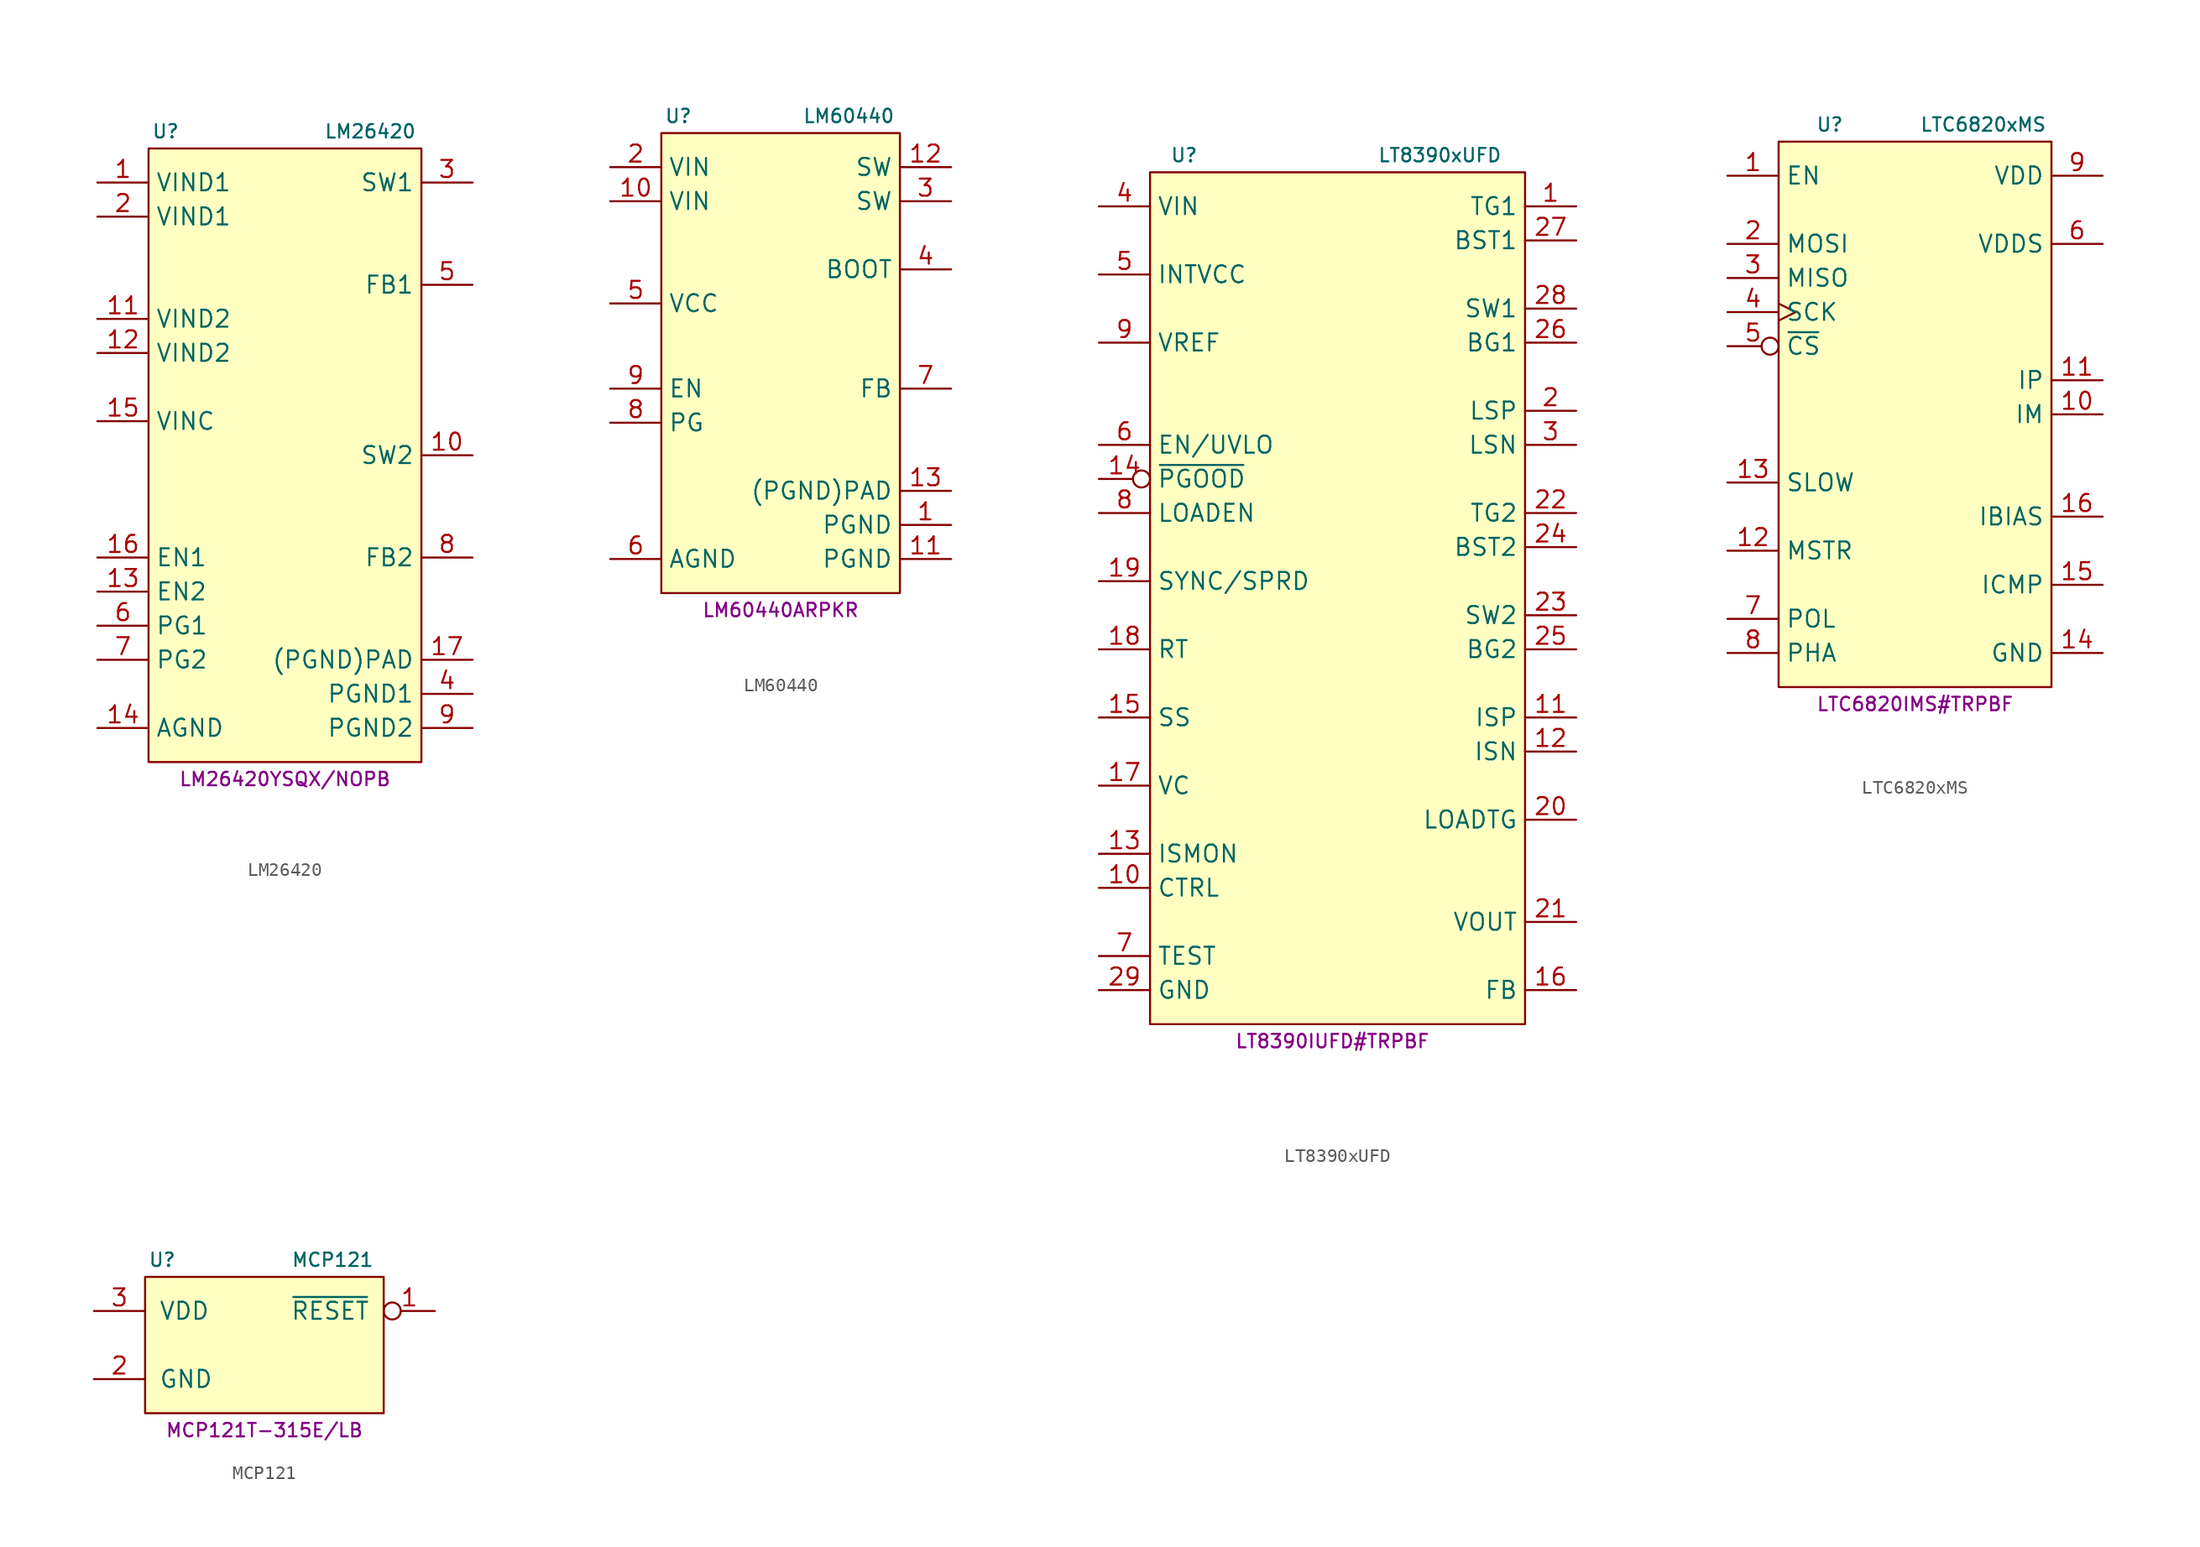
<source format=kicad_sym>
(kicad_symbol_lib
  (version 20231120)
  (generator "kicad_symbol_editor")
  (generator_version "8.0")
  (symbol "LM26420"
    (property "Reference" "U"
      (at -8.89 21.59 0)
      (effects (font (size 1 1))))
    (property "Value" "LM26420"
      (at 6.35 21.59 0)
      (effects (font (size 1 1))))
    (property "MPN" "LM26420YSQX/NOPB"
      (at 0 -26.67 0)
      (effects (font (size 1 1))))
    (symbol "LM26420_0_1"
      (rectangle (start -10.16 20.32) (end 10.16 -25.4) (stroke (width 0.152) (type default)) (fill (type background))))
    (symbol "LM26420_1_1"
      (pin power_in line (at -13.97 17.78 0) (length 3.81) (name "VIND1" (effects (font (size 1.27 1.27)))) (number "1" (effects (font (size 1.27 1.27)))))
      (pin power_out line (at 13.97 -2.54 180) (length 3.81) (name "SW2" (effects (font (size 1.27 1.27)))) (number "10" (effects (font (size 1.27 1.27)))))
      (pin power_in line (at -13.97 7.62 0) (length 3.81) (name "VIND2" (effects (font (size 1.27 1.27)))) (number "11" (effects (font (size 1.27 1.27)))))
      (pin power_in line (at -13.97 5.08 0) (length 3.81) (name "VIND2" (effects (font (size 1.27 1.27)))) (number "12" (effects (font (size 1.27 1.27)))))
      (pin input line (at -13.97 -12.7 0) (length 3.81) (name "EN2" (effects (font (size 1.27 1.27)))) (number "13" (effects (font (size 1.27 1.27)))))
      (pin power_in line (at -13.97 -22.86 0) (length 3.81) (name "AGND" (effects (font (size 1.27 1.27)))) (number "14" (effects (font (size 1.27 1.27)))))
      (pin power_in line (at -13.97 0 0) (length 3.81) (name "VINC" (effects (font (size 1.27 1.27)))) (number "15" (effects (font (size 1.27 1.27)))))
      (pin input line (at -13.97 -10.16 0) (length 3.81) (name "EN1" (effects (font (size 1.27 1.27)))) (number "16" (effects (font (size 1.27 1.27)))))
      (pin power_in line (at 13.97 -17.78 180) (length 3.81) (name "(PGND)PAD" (effects (font (size 1.27 1.27)))) (number "17" (effects (font (size 1.27 1.27)))))
      (pin power_in line (at -13.97 15.24 0) (length 3.81) (name "VIND1" (effects (font (size 1.27 1.27)))) (number "2" (effects (font (size 1.27 1.27)))))
      (pin power_out line (at 13.97 17.78 180) (length 3.81) (name "SW1" (effects (font (size 1.27 1.27)))) (number "3" (effects (font (size 1.27 1.27)))))
      (pin power_in line (at 13.97 -20.32 180) (length 3.81) (name "PGND1" (effects (font (size 1.27 1.27)))) (number "4" (effects (font (size 1.27 1.27)))))
      (pin input line (at 13.97 10.16 180) (length 3.81) (name "FB1" (effects (font (size 1.27 1.27)))) (number "5" (effects (font (size 1.27 1.27)))))
      (pin open_collector line (at -13.97 -15.24 0) (length 3.81) (name "PG1" (effects (font (size 1.27 1.27)))) (number "6" (effects (font (size 1.27 1.27)))))
      (pin open_collector line (at -13.97 -17.78 0) (length 3.81) (name "PG2" (effects (font (size 1.27 1.27)))) (number "7" (effects (font (size 1.27 1.27)))))
      (pin input line (at 13.97 -10.16 180) (length 3.81) (name "FB2" (effects (font (size 1.27 1.27)))) (number "8" (effects (font (size 1.27 1.27)))))
      (pin power_in line (at 13.97 -22.86 180) (length 3.81) (name "PGND2" (effects (font (size 1.27 1.27)))) (number "9" (effects (font (size 1.27 1.27)))))))
  (symbol "LM60440"
    (property "Reference" "U"
      (at -7.62 17.78 0)
      (effects (font (size 1 1))))
    (property "Value" "LM60440"
      (at 5.08 17.78 0)
      (effects (font (size 1 1))))
    (property "MPN" "LM60440ARPKR"
      (at 0 -19.05 0)
      (effects (font (size 1 1))))
    (symbol "LM60440_0_1"
      (rectangle (start -8.89 16.51) (end 8.89 -17.78) (stroke (width 0.152) (type default)) (fill (type background))))
    (symbol "LM60440_1_1"
      (pin power_in line (at 12.7 -12.7 180) (length 3.81) (name "PGND" (effects (font (size 1.27 1.27)))) (number "1" (effects (font (size 1.27 1.27)))))
      (pin power_in line (at -12.7 11.43 0) (length 3.81) (name "VIN" (effects (font (size 1.27 1.27)))) (number "10" (effects (font (size 1.27 1.27)))))
      (pin power_in line (at 12.7 -15.24 180) (length 3.81) (name "PGND" (effects (font (size 1.27 1.27)))) (number "11" (effects (font (size 1.27 1.27)))))
      (pin power_out line (at 12.7 13.97 180) (length 3.81) (name "SW" (effects (font (size 1.27 1.27)))) (number "12" (effects (font (size 1.27 1.27)))))
      (pin passive line (at 12.7 -10.16 180) (length 3.81) (name "(PGND)PAD" (effects (font (size 1.27 1.27)))) (number "13" (effects (font (size 1.27 1.27)))))
      (pin power_in line (at -12.7 13.97 0) (length 3.81) (name "VIN" (effects (font (size 1.27 1.27)))) (number "2" (effects (font (size 1.27 1.27)))))
      (pin power_out line (at 12.7 11.43 180) (length 3.81) (name "SW" (effects (font (size 1.27 1.27)))) (number "3" (effects (font (size 1.27 1.27)))))
      (pin output line (at 12.7 6.35 180) (length 3.81) (name "BOOT" (effects (font (size 1.27 1.27)))) (number "4" (effects (font (size 1.27 1.27)))))
      (pin power_out line (at -12.7 3.81 0) (length 3.81) (name "VCC" (effects (font (size 1.27 1.27)))) (number "5" (effects (font (size 1.27 1.27)))))
      (pin power_in line (at -12.7 -15.24 0) (length 3.81) (name "AGND" (effects (font (size 1.27 1.27)))) (number "6" (effects (font (size 1.27 1.27)))))
      (pin input line (at 12.7 -2.54 180) (length 3.81) (name "FB" (effects (font (size 1.27 1.27)))) (number "7" (effects (font (size 1.27 1.27)))))
      (pin open_collector line (at -12.7 -5.08 0) (length 3.81) (name "PG" (effects (font (size 1.27 1.27)))) (number "8" (effects (font (size 1.27 1.27)))))
      (pin input line (at -12.7 -2.54 0) (length 3.81) (name "EN" (effects (font (size 1.27 1.27)))) (number "9" (effects (font (size 1.27 1.27)))))))
  (symbol "LT8390xUFD"
    (property "Reference" "U"
      (at -11.43 31.75 0)
      (effects (font (size 1 1))))
    (property "Value" "LT8390xUFD"
      (at 7.62 31.75 0)
      (effects (font (size 1 1))))
    (property "MPN" "LT8390IUFD#TRPBF "
      (at 0 -34.29 0)
      (effects (font (size 1 1))))
    (symbol "LT8390xUFD_0_1"
      (rectangle (start -13.97 -33.02) (end 13.97 30.48) (stroke (width 0) (type default)) (fill (type background))))
    (symbol "LT8390xUFD_1_1"
      (pin output line (at 17.78 27.94 180) (length 3.81) (name "TG1" (effects (font (size 1.27 1.27)))) (number "1" (effects (font (size 1.27 1.27)))))
      (pin passive line (at -17.78 -22.86 0) (length 3.81) (name "CTRL" (effects (font (size 1.27 1.27)))) (number "10" (effects (font (size 1.27 1.27)))))
      (pin passive line (at 17.78 -10.16 180) (length 3.81) (name "ISP" (effects (font (size 1.27 1.27)))) (number "11" (effects (font (size 1.27 1.27)))))
      (pin passive line (at 17.78 -12.7 180) (length 3.81) (name "ISN" (effects (font (size 1.27 1.27)))) (number "12" (effects (font (size 1.27 1.27)))))
      (pin passive line (at -17.78 -20.32 0) (length 3.81) (name "ISMON" (effects (font (size 1.27 1.27)))) (number "13" (effects (font (size 1.27 1.27)))))
      (pin open_collector inverted (at -17.78 7.62 0) (length 3.81) (name "~{PGOOD}" (effects (font (size 1.27 1.27)))) (number "14" (effects (font (size 1.27 1.27)))))
      (pin passive line (at -17.78 -10.16 0) (length 3.81) (name "SS" (effects (font (size 1.27 1.27)))) (number "15" (effects (font (size 1.27 1.27)))))
      (pin passive line (at 17.78 -30.48 180) (length 3.81) (name "FB" (effects (font (size 1.27 1.27)))) (number "16" (effects (font (size 1.27 1.27)))))
      (pin passive line (at -17.78 -15.24 0) (length 3.81) (name "VC" (effects (font (size 1.27 1.27)))) (number "17" (effects (font (size 1.27 1.27)))))
      (pin passive line (at -17.78 -5.08 0) (length 3.81) (name "RT" (effects (font (size 1.27 1.27)))) (number "18" (effects (font (size 1.27 1.27)))))
      (pin input line (at -17.78 0 0) (length 3.81) (name "SYNC/SPRD" (effects (font (size 1.27 1.27)))) (number "19" (effects (font (size 1.27 1.27)))))
      (pin passive line (at 17.78 12.7 180) (length 3.81) (name "LSP" (effects (font (size 1.27 1.27)))) (number "2" (effects (font (size 1.27 1.27)))))
      (pin output line (at 17.78 -17.78 180) (length 3.81) (name "LOADTG" (effects (font (size 1.27 1.27)))) (number "20" (effects (font (size 1.27 1.27)))))
      (pin passive line (at 17.78 -25.4 180) (length 3.81) (name "VOUT" (effects (font (size 1.27 1.27)))) (number "21" (effects (font (size 1.27 1.27)))))
      (pin output line (at 17.78 5.08 180) (length 3.81) (name "TG2" (effects (font (size 1.27 1.27)))) (number "22" (effects (font (size 1.27 1.27)))))
      (pin passive line (at 17.78 -2.54 180) (length 3.81) (name "SW2" (effects (font (size 1.27 1.27)))) (number "23" (effects (font (size 1.27 1.27)))))
      (pin passive line (at 17.78 2.54 180) (length 3.81) (name "BST2" (effects (font (size 1.27 1.27)))) (number "24" (effects (font (size 1.27 1.27)))))
      (pin output line (at 17.78 -5.08 180) (length 3.81) (name "BG2" (effects (font (size 1.27 1.27)))) (number "25" (effects (font (size 1.27 1.27)))))
      (pin output line (at 17.78 17.78 180) (length 3.81) (name "BG1" (effects (font (size 1.27 1.27)))) (number "26" (effects (font (size 1.27 1.27)))))
      (pin passive line (at 17.78 25.4 180) (length 3.81) (name "BST1" (effects (font (size 1.27 1.27)))) (number "27" (effects (font (size 1.27 1.27)))))
      (pin passive line (at 17.78 20.32 180) (length 3.81) (name "SW1" (effects (font (size 1.27 1.27)))) (number "28" (effects (font (size 1.27 1.27)))))
      (pin power_in line (at -17.78 -30.48 0) (length 3.81) (name "GND" (effects (font (size 1.27 1.27)))) (number "29" (effects (font (size 1.27 1.27)))))
      (pin passive line (at 17.78 10.16 180) (length 3.81) (name "LSN" (effects (font (size 1.27 1.27)))) (number "3" (effects (font (size 1.27 1.27)))))
      (pin power_in line (at -17.78 27.94 0) (length 3.81) (name "VIN" (effects (font (size 1.27 1.27)))) (number "4" (effects (font (size 1.27 1.27)))))
      (pin power_out line (at -17.78 22.86 0) (length 3.81) (name "INTVCC" (effects (font (size 1.27 1.27)))) (number "5" (effects (font (size 1.27 1.27)))))
      (pin input line (at -17.78 10.16 0) (length 3.81) (name "EN/UVLO" (effects (font (size 1.27 1.27)))) (number "6" (effects (font (size 1.27 1.27)))))
      (pin input line (at -17.78 -27.94 0) (length 3.81) (name "TEST" (effects (font (size 1.27 1.27)))) (number "7" (effects (font (size 1.27 1.27)))))
      (pin input line (at -17.78 5.08 0) (length 3.81) (name "LOADEN" (effects (font (size 1.27 1.27)))) (number "8" (effects (font (size 1.27 1.27)))))
      (pin passive line (at -17.78 17.78 0) (length 3.81) (name "VREF" (effects (font (size 1.27 1.27)))) (number "9" (effects (font (size 1.27 1.27)))))))
  (symbol "LTC6820xMS"
    (property "Reference" "U"
      (at -6.35 21.59 0)
      (effects (font (size 1 1))))
    (property "Value" "LTC6820xMS"
      (at 5.08 21.59 0)
      (effects (font (size 1 1))))
    (property "MPN" "LTC6820IMS#TRPBF"
      (at 0 -21.59 0)
      (effects (font (size 1 1))))
    (symbol "LTC6820xMS_0_1"
      (rectangle (start -10.16 20.32) (end 10.16 -20.32) (stroke (width 0.152) (type default)) (fill (type background))))
    (symbol "LTC6820xMS_1_1"
      (pin input line (at -13.97 17.78 0) (length 3.81) (name "EN" (effects (font (size 1.27 1.27)))) (number "1" (effects (font (size 1.27 1.27)))))
      (pin bidirectional line (at 13.97 0 180) (length 3.81) (name "IM" (effects (font (size 1.27 1.27)))) (number "10" (effects (font (size 1.27 1.27)))))
      (pin bidirectional line (at 13.97 2.54 180) (length 3.81) (name "IP" (effects (font (size 1.27 1.27)))) (number "11" (effects (font (size 1.27 1.27)))))
      (pin input line (at -13.97 -10.16 0) (length 3.81) (name "MSTR" (effects (font (size 1.27 1.27)))) (number "12" (effects (font (size 1.27 1.27)))))
      (pin input line (at -13.97 -5.08 0) (length 3.81) (name "SLOW" (effects (font (size 1.27 1.27)))) (number "13" (effects (font (size 1.27 1.27)))))
      (pin power_in line (at 13.97 -17.78 180) (length 3.81) (name "GND" (effects (font (size 1.27 1.27)))) (number "14" (effects (font (size 1.27 1.27)))))
      (pin input line (at 13.97 -12.7 180) (length 3.81) (name "ICMP" (effects (font (size 1.27 1.27)))) (number "15" (effects (font (size 1.27 1.27)))))
      (pin passive line (at 13.97 -7.62 180) (length 3.81) (name "IBIAS" (effects (font (size 1.27 1.27)))) (number "16" (effects (font (size 1.27 1.27)))))
      (pin bidirectional line (at -13.97 12.7 0) (length 3.81) (name "MOSI" (effects (font (size 1.27 1.27)))) (number "2" (effects (font (size 1.27 1.27)))))
      (pin bidirectional line (at -13.97 10.16 0) (length 3.81) (name "MISO" (effects (font (size 1.27 1.27)))) (number "3" (effects (font (size 1.27 1.27)))))
      (pin bidirectional clock (at -13.97 7.62 0) (length 3.81) (name "SCK" (effects (font (size 1.27 1.27)))) (number "4" (effects (font (size 1.27 1.27)))))
      (pin bidirectional inverted (at -13.97 5.08 0) (length 3.81) (name "~{CS}" (effects (font (size 1.27 1.27)))) (number "5" (effects (font (size 1.27 1.27)))))
      (pin power_in line (at 13.97 12.7 180) (length 3.81) (name "VDDS" (effects (font (size 1.27 1.27)))) (number "6" (effects (font (size 1.27 1.27)))))
      (pin input line (at -13.97 -15.24 0) (length 3.81) (name "POL" (effects (font (size 1.27 1.27)))) (number "7" (effects (font (size 1.27 1.27)))))
      (pin input line (at -13.97 -17.78 0) (length 3.81) (name "PHA" (effects (font (size 1.27 1.27)))) (number "8" (effects (font (size 1.27 1.27)))))
      (pin power_in line (at 13.97 17.78 180) (length 3.81) (name "VDD" (effects (font (size 1.27 1.27)))) (number "9" (effects (font (size 1.27 1.27)))))))
  (symbol "MCP121"
    (pin_names
      (offset 1.016))
    (property "Reference" "U"
      (at -7.62 6.35 0)
      (effects (font (size 1 1))))
    (property "Value" "MCP121"
      (at 5.08 6.35 0)
      (effects (font (size 1 1))))
    (property "MPN" "MCP121T-315E/LB"
      (at 0 -6.35 0)
      (effects (font (size 1 1))))
    (symbol "MCP121_1_1"
      (rectangle (start -8.89 5.08) (end 8.89 -5.08) (stroke (width 0) (type default)) (fill (type background)))
      (pin open_collector inverted (at 12.7 2.54 180) (length 3.81) (name "~{RESET}" (effects (font (size 1.27 1.27)))) (number "1" (effects (font (size 1.27 1.27)))))
      (pin power_in line (at -12.7 -2.54 0) (length 3.81) (name "GND" (effects (font (size 1.27 1.27)))) (number "2" (effects (font (size 1.27 1.27)))))
      (pin power_in line (at -12.7 2.54 0) (length 3.81) (name "VDD" (effects (font (size 1.27 1.27)))) (number "3" (effects (font (size 1.27 1.27))))))))
</source>
